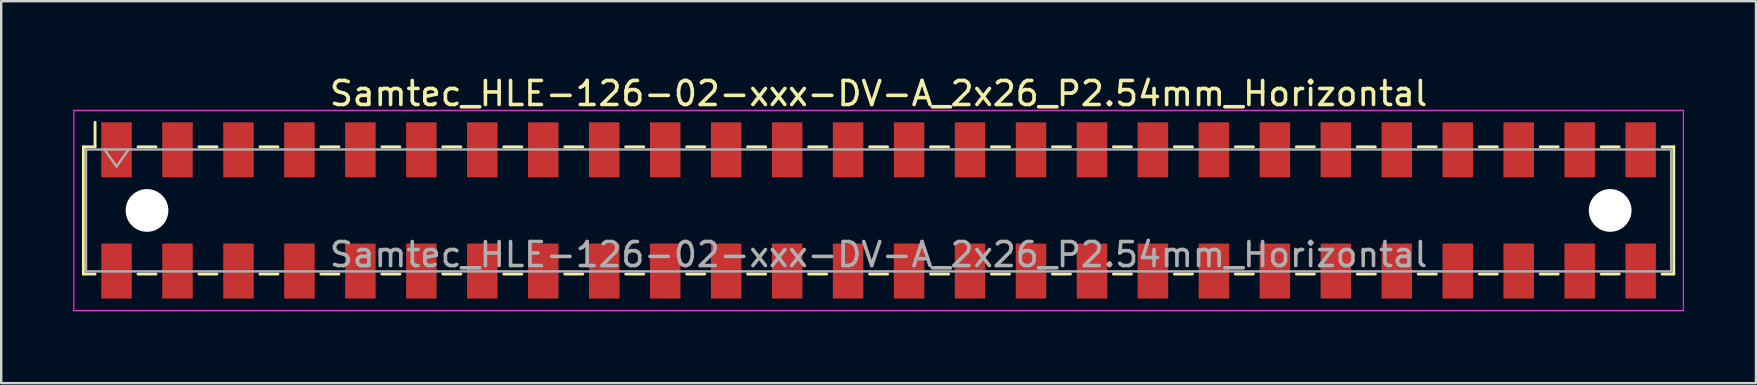
<source format=kicad_pcb>
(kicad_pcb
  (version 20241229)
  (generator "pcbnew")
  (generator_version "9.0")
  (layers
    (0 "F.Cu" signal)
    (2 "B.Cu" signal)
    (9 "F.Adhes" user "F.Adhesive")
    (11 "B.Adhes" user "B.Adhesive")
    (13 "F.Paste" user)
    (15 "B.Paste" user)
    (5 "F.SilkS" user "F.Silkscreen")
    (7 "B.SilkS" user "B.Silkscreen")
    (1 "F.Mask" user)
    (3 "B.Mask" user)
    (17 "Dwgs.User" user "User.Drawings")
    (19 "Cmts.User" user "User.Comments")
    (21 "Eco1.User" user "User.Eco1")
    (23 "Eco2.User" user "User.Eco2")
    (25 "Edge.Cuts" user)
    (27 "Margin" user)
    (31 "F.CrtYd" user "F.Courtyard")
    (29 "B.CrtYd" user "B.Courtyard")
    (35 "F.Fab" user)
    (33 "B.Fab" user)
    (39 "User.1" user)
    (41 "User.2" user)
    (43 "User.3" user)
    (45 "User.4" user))
  (footprint "Samtec_HLE-126-02-xxx-DV-A_2x26_P2.54mm_Horizontal"
    (layer "F.Cu")
    (at 33.555 5.718)
    (property "Reference" "Samtec_HLE-126-02-xxx-DV-A_2x26_P2.54mm_Horizontal" (at 0 -4.87 0) (layer "F.SilkS") (effects (font (size 1 1) (thickness 0.15))))
    (attr smd)
    (fp_line (start -33.13 -2.65) (end -33.13 2.65) (stroke (width 0.12) (type solid)) (layer "F.SilkS"))
    (fp_line (start -33.13 2.65) (end -32.645 2.65) (stroke (width 0.12) (type solid)) (layer "F.SilkS"))
    (fp_line (start -32.645 -3.67) (end -32.645 -2.65) (stroke (width 0.12) (type solid)) (layer "F.SilkS"))
    (fp_line (start -32.645 -2.65) (end -33.13 -2.65) (stroke (width 0.12) (type solid)) (layer "F.SilkS"))
    (fp_line (start -30.855 -2.65) (end -30.105 -2.65) (stroke (width 0.12) (type solid)) (layer "F.SilkS"))
    (fp_line (start -30.855 2.65) (end -30.105 2.65) (stroke (width 0.12) (type solid)) (layer "F.SilkS"))
    (fp_line (start -28.315 -2.65) (end -27.565 -2.65) (stroke (width 0.12) (type solid)) (layer "F.SilkS"))
    (fp_line (start -28.315 2.65) (end -27.565 2.65) (stroke (width 0.12) (type solid)) (layer "F.SilkS"))
    (fp_line (start -25.775 -2.65) (end -25.025 -2.65) (stroke (width 0.12) (type solid)) (layer "F.SilkS"))
    (fp_line (start -25.775 2.65) (end -25.025 2.65) (stroke (width 0.12) (type solid)) (layer "F.SilkS"))
    (fp_line (start -23.235 -2.65) (end -22.485 -2.65) (stroke (width 0.12) (type solid)) (layer "F.SilkS"))
    (fp_line (start -23.235 2.65) (end -22.485 2.65) (stroke (width 0.12) (type solid)) (layer "F.SilkS"))
    (fp_line (start -20.695 -2.65) (end -19.945 -2.65) (stroke (width 0.12) (type solid)) (layer "F.SilkS"))
    (fp_line (start -20.695 2.65) (end -19.945 2.65) (stroke (width 0.12) (type solid)) (layer "F.SilkS"))
    (fp_line (start -18.155 -2.65) (end -17.405 -2.65) (stroke (width 0.12) (type solid)) (layer "F.SilkS"))
    (fp_line (start -18.155 2.65) (end -17.405 2.65) (stroke (width 0.12) (type solid)) (layer "F.SilkS"))
    (fp_line (start -15.615 -2.65) (end -14.865 -2.65) (stroke (width 0.12) (type solid)) (layer "F.SilkS"))
    (fp_line (start -15.615 2.65) (end -14.865 2.65) (stroke (width 0.12) (type solid)) (layer "F.SilkS"))
    (fp_line (start -13.075 -2.65) (end -12.325 -2.65) (stroke (width 0.12) (type solid)) (layer "F.SilkS"))
    (fp_line (start -13.075 2.65) (end -12.325 2.65) (stroke (width 0.12) (type solid)) (layer "F.SilkS"))
    (fp_line (start -10.535 -2.65) (end -9.785 -2.65) (stroke (width 0.12) (type solid)) (layer "F.SilkS"))
    (fp_line (start -10.535 2.65) (end -9.785 2.65) (stroke (width 0.12) (type solid)) (layer "F.SilkS"))
    (fp_line (start -7.995 -2.65) (end -7.245 -2.65) (stroke (width 0.12) (type solid)) (layer "F.SilkS"))
    (fp_line (start -7.995 2.65) (end -7.245 2.65) (stroke (width 0.12) (type solid)) (layer "F.SilkS"))
    (fp_line (start -5.455 -2.65) (end -4.705 -2.65) (stroke (width 0.12) (type solid)) (layer "F.SilkS"))
    (fp_line (start -5.455 2.65) (end -4.705 2.65) (stroke (width 0.12) (type solid)) (layer "F.SilkS"))
    (fp_line (start -2.915 -2.65) (end -2.165 -2.65) (stroke (width 0.12) (type solid)) (layer "F.SilkS"))
    (fp_line (start -2.915 2.65) (end -2.165 2.65) (stroke (width 0.12) (type solid)) (layer "F.SilkS"))
    (fp_line (start -0.375 -2.65) (end 0.375 -2.65) (stroke (width 0.12) (type solid)) (layer "F.SilkS"))
    (fp_line (start -0.375 2.65) (end 0.375 2.65) (stroke (width 0.12) (type solid)) (layer "F.SilkS"))
    (fp_line (start 2.165 -2.65) (end 2.915 -2.65) (stroke (width 0.12) (type solid)) (layer "F.SilkS"))
    (fp_line (start 2.165 2.65) (end 2.915 2.65) (stroke (width 0.12) (type solid)) (layer "F.SilkS"))
    (fp_line (start 4.705 -2.65) (end 5.455 -2.65) (stroke (width 0.12) (type solid)) (layer "F.SilkS"))
    (fp_line (start 4.705 2.65) (end 5.455 2.65) (stroke (width 0.12) (type solid)) (layer "F.SilkS"))
    (fp_line (start 7.245 -2.65) (end 7.995 -2.65) (stroke (width 0.12) (type solid)) (layer "F.SilkS"))
    (fp_line (start 7.245 2.65) (end 7.995 2.65) (stroke (width 0.12) (type solid)) (layer "F.SilkS"))
    (fp_line (start 9.785 -2.65) (end 10.535 -2.65) (stroke (width 0.12) (type solid)) (layer "F.SilkS"))
    (fp_line (start 9.785 2.65) (end 10.535 2.65) (stroke (width 0.12) (type solid)) (layer "F.SilkS"))
    (fp_line (start 12.325 -2.65) (end 13.075 -2.65) (stroke (width 0.12) (type solid)) (layer "F.SilkS"))
    (fp_line (start 12.325 2.65) (end 13.075 2.65) (stroke (width 0.12) (type solid)) (layer "F.SilkS"))
    (fp_line (start 14.865 -2.65) (end 15.615 -2.65) (stroke (width 0.12) (type solid)) (layer "F.SilkS"))
    (fp_line (start 14.865 2.65) (end 15.615 2.65) (stroke (width 0.12) (type solid)) (layer "F.SilkS"))
    (fp_line (start 17.405 -2.65) (end 18.155 -2.65) (stroke (width 0.12) (type solid)) (layer "F.SilkS"))
    (fp_line (start 17.405 2.65) (end 18.155 2.65) (stroke (width 0.12) (type solid)) (layer "F.SilkS"))
    (fp_line (start 19.945 -2.65) (end 20.695 -2.65) (stroke (width 0.12) (type solid)) (layer "F.SilkS"))
    (fp_line (start 19.945 2.65) (end 20.695 2.65) (stroke (width 0.12) (type solid)) (layer "F.SilkS"))
    (fp_line (start 22.485 -2.65) (end 23.235 -2.65) (stroke (width 0.12) (type solid)) (layer "F.SilkS"))
    (fp_line (start 22.485 2.65) (end 23.235 2.65) (stroke (width 0.12) (type solid)) (layer "F.SilkS"))
    (fp_line (start 25.025 -2.65) (end 25.775 -2.65) (stroke (width 0.12) (type solid)) (layer "F.SilkS"))
    (fp_line (start 25.025 2.65) (end 25.775 2.65) (stroke (width 0.12) (type solid)) (layer "F.SilkS"))
    (fp_line (start 27.565 -2.65) (end 28.315 -2.65) (stroke (width 0.12) (type solid)) (layer "F.SilkS"))
    (fp_line (start 27.565 2.65) (end 28.315 2.65) (stroke (width 0.12) (type solid)) (layer "F.SilkS"))
    (fp_line (start 30.105 -2.65) (end 30.855 -2.65) (stroke (width 0.12) (type solid)) (layer "F.SilkS"))
    (fp_line (start 30.105 2.65) (end 30.855 2.65) (stroke (width 0.12) (type solid)) (layer "F.SilkS"))
    (fp_line (start 32.645 -2.65) (end 33.13 -2.65) (stroke (width 0.12) (type solid)) (layer "F.SilkS"))
    (fp_line (start 33.13 -2.65) (end 33.13 2.65) (stroke (width 0.12) (type solid)) (layer "F.SilkS"))
    (fp_line (start 33.13 2.65) (end 32.645 2.65) (stroke (width 0.12) (type solid)) (layer "F.SilkS"))
    (fp_line (start -33.53 -4.17) (end 33.53 -4.17) (stroke (width 0.05) (type solid)) (layer "F.CrtYd"))
    (fp_line (start -33.53 4.17) (end -33.53 -4.17) (stroke (width 0.05) (type solid)) (layer "F.CrtYd"))
    (fp_line (start 33.53 -4.17) (end 33.53 4.17) (stroke (width 0.05) (type solid)) (layer "F.CrtYd"))
    (fp_line (start 33.53 4.17) (end -33.53 4.17) (stroke (width 0.05) (type solid)) (layer "F.CrtYd"))
    (fp_line (start -33.02 -2.54) (end 33.02 -2.54) (stroke (width 0.1) (type solid)) (layer "F.Fab"))
    (fp_line (start -33.02 2.54) (end -33.02 -2.54) (stroke (width 0.1) (type solid)) (layer "F.Fab"))
    (fp_line (start -32.25 -2.54) (end -31.75 -1.833) (stroke (width 0.1) (type solid)) (layer "F.Fab"))
    (fp_line (start -31.75 -1.833) (end -31.25 -2.54) (stroke (width 0.1) (type solid)) (layer "F.Fab"))
    (fp_line (start 33.02 -2.54) (end 33.02 2.54) (stroke (width 0.1) (type solid)) (layer "F.Fab"))
    (fp_line (start 33.02 2.54) (end -33.02 2.54) (stroke (width 0.1) (type solid)) (layer "F.Fab"))
    (fp_text user "${REFERENCE}" (at 0 1.84 0) (layer "F.Fab") (effects (font (size 1 1) (thickness 0.15))))
    (pad "" np_thru_hole circle (at -30.48 0) (size 1.78 1.78) (drill 1.78) (layers "*.Cu" "*.Mask"))
    (pad "" np_thru_hole circle (at 30.48 0) (size 1.78 1.78) (drill 1.78) (layers "*.Cu" "*.Mask"))
    (pad "1" smd rect (at -31.75 -2.525) (size 1.27 2.29) (layers "F.Cu" "F.Mask" "F.Paste"))
    (pad "2" smd rect (at -31.75 2.525) (size 1.27 2.29) (layers "F.Cu" "F.Mask" "F.Paste"))
    (pad "3" smd rect (at -29.21 -2.525) (size 1.27 2.29) (layers "F.Cu" "F.Mask" "F.Paste"))
    (pad "4" smd rect (at -29.21 2.525) (size 1.27 2.29) (layers "F.Cu" "F.Mask" "F.Paste"))
    (pad "5" smd rect (at -26.67 -2.525) (size 1.27 2.29) (layers "F.Cu" "F.Mask" "F.Paste"))
    (pad "6" smd rect (at -26.67 2.525) (size 1.27 2.29) (layers "F.Cu" "F.Mask" "F.Paste"))
    (pad "7" smd rect (at -24.13 -2.525) (size 1.27 2.29) (layers "F.Cu" "F.Mask" "F.Paste"))
    (pad "8" smd rect (at -24.13 2.525) (size 1.27 2.29) (layers "F.Cu" "F.Mask" "F.Paste"))
    (pad "9" smd rect (at -21.59 -2.525) (size 1.27 2.29) (layers "F.Cu" "F.Mask" "F.Paste"))
    (pad "10" smd rect (at -21.59 2.525) (size 1.27 2.29) (layers "F.Cu" "F.Mask" "F.Paste"))
    (pad "11" smd rect (at -19.05 -2.525) (size 1.27 2.29) (layers "F.Cu" "F.Mask" "F.Paste"))
    (pad "12" smd rect (at -19.05 2.525) (size 1.27 2.29) (layers "F.Cu" "F.Mask" "F.Paste"))
    (pad "13" smd rect (at -16.51 -2.525) (size 1.27 2.29) (layers "F.Cu" "F.Mask" "F.Paste"))
    (pad "14" smd rect (at -16.51 2.525) (size 1.27 2.29) (layers "F.Cu" "F.Mask" "F.Paste"))
    (pad "15" smd rect (at -13.97 -2.525) (size 1.27 2.29) (layers "F.Cu" "F.Mask" "F.Paste"))
    (pad "16" smd rect (at -13.97 2.525) (size 1.27 2.29) (layers "F.Cu" "F.Mask" "F.Paste"))
    (pad "17" smd rect (at -11.43 -2.525) (size 1.27 2.29) (layers "F.Cu" "F.Mask" "F.Paste"))
    (pad "18" smd rect (at -11.43 2.525) (size 1.27 2.29) (layers "F.Cu" "F.Mask" "F.Paste"))
    (pad "19" smd rect (at -8.89 -2.525) (size 1.27 2.29) (layers "F.Cu" "F.Mask" "F.Paste"))
    (pad "20" smd rect (at -8.89 2.525) (size 1.27 2.29) (layers "F.Cu" "F.Mask" "F.Paste"))
    (pad "21" smd rect (at -6.35 -2.525) (size 1.27 2.29) (layers "F.Cu" "F.Mask" "F.Paste"))
    (pad "22" smd rect (at -6.35 2.525) (size 1.27 2.29) (layers "F.Cu" "F.Mask" "F.Paste"))
    (pad "23" smd rect (at -3.81 -2.525) (size 1.27 2.29) (layers "F.Cu" "F.Mask" "F.Paste"))
    (pad "24" smd rect (at -3.81 2.525) (size 1.27 2.29) (layers "F.Cu" "F.Mask" "F.Paste"))
    (pad "25" smd rect (at -1.27 -2.525) (size 1.27 2.29) (layers "F.Cu" "F.Mask" "F.Paste"))
    (pad "26" smd rect (at -1.27 2.525) (size 1.27 2.29) (layers "F.Cu" "F.Mask" "F.Paste"))
    (pad "27" smd rect (at 1.27 -2.525) (size 1.27 2.29) (layers "F.Cu" "F.Mask" "F.Paste"))
    (pad "28" smd rect (at 1.27 2.525) (size 1.27 2.29) (layers "F.Cu" "F.Mask" "F.Paste"))
    (pad "29" smd rect (at 3.81 -2.525) (size 1.27 2.29) (layers "F.Cu" "F.Mask" "F.Paste"))
    (pad "30" smd rect (at 3.81 2.525) (size 1.27 2.29) (layers "F.Cu" "F.Mask" "F.Paste"))
    (pad "31" smd rect (at 6.35 -2.525) (size 1.27 2.29) (layers "F.Cu" "F.Mask" "F.Paste"))
    (pad "32" smd rect (at 6.35 2.525) (size 1.27 2.29) (layers "F.Cu" "F.Mask" "F.Paste"))
    (pad "33" smd rect (at 8.89 -2.525) (size 1.27 2.29) (layers "F.Cu" "F.Mask" "F.Paste"))
    (pad "34" smd rect (at 8.89 2.525) (size 1.27 2.29) (layers "F.Cu" "F.Mask" "F.Paste"))
    (pad "35" smd rect (at 11.43 -2.525) (size 1.27 2.29) (layers "F.Cu" "F.Mask" "F.Paste"))
    (pad "36" smd rect (at 11.43 2.525) (size 1.27 2.29) (layers "F.Cu" "F.Mask" "F.Paste"))
    (pad "37" smd rect (at 13.97 -2.525) (size 1.27 2.29) (layers "F.Cu" "F.Mask" "F.Paste"))
    (pad "38" smd rect (at 13.97 2.525) (size 1.27 2.29) (layers "F.Cu" "F.Mask" "F.Paste"))
    (pad "39" smd rect (at 16.51 -2.525) (size 1.27 2.29) (layers "F.Cu" "F.Mask" "F.Paste"))
    (pad "40" smd rect (at 16.51 2.525) (size 1.27 2.29) (layers "F.Cu" "F.Mask" "F.Paste"))
    (pad "41" smd rect (at 19.05 -2.525) (size 1.27 2.29) (layers "F.Cu" "F.Mask" "F.Paste"))
    (pad "42" smd rect (at 19.05 2.525) (size 1.27 2.29) (layers "F.Cu" "F.Mask" "F.Paste"))
    (pad "43" smd rect (at 21.59 -2.525) (size 1.27 2.29) (layers "F.Cu" "F.Mask" "F.Paste"))
    (pad "44" smd rect (at 21.59 2.525) (size 1.27 2.29) (layers "F.Cu" "F.Mask" "F.Paste"))
    (pad "45" smd rect (at 24.13 -2.525) (size 1.27 2.29) (layers "F.Cu" "F.Mask" "F.Paste"))
    (pad "46" smd rect (at 24.13 2.525) (size 1.27 2.29) (layers "F.Cu" "F.Mask" "F.Paste"))
    (pad "47" smd rect (at 26.67 -2.525) (size 1.27 2.29) (layers "F.Cu" "F.Mask" "F.Paste"))
    (pad "48" smd rect (at 26.67 2.525) (size 1.27 2.29) (layers "F.Cu" "F.Mask" "F.Paste"))
    (pad "49" smd rect (at 29.21 -2.525) (size 1.27 2.29) (layers "F.Cu" "F.Mask" "F.Paste"))
    (pad "50" smd rect (at 29.21 2.525) (size 1.27 2.29) (layers "F.Cu" "F.Mask" "F.Paste"))
    (pad "51" smd rect (at 31.75 -2.525) (size 1.27 2.29) (layers "F.Cu" "F.Mask" "F.Paste"))
    (pad "52" smd rect (at 31.75 2.525) (size 1.27 2.29) (layers "F.Cu" "F.Mask" "F.Paste")))
  (gr_rect
    (start -3 -3)
    (end 70.11 12.913)
    (stroke (width 0.1) (type default))
    (fill no)
    (layer "Edge.Cuts")))
</source>
